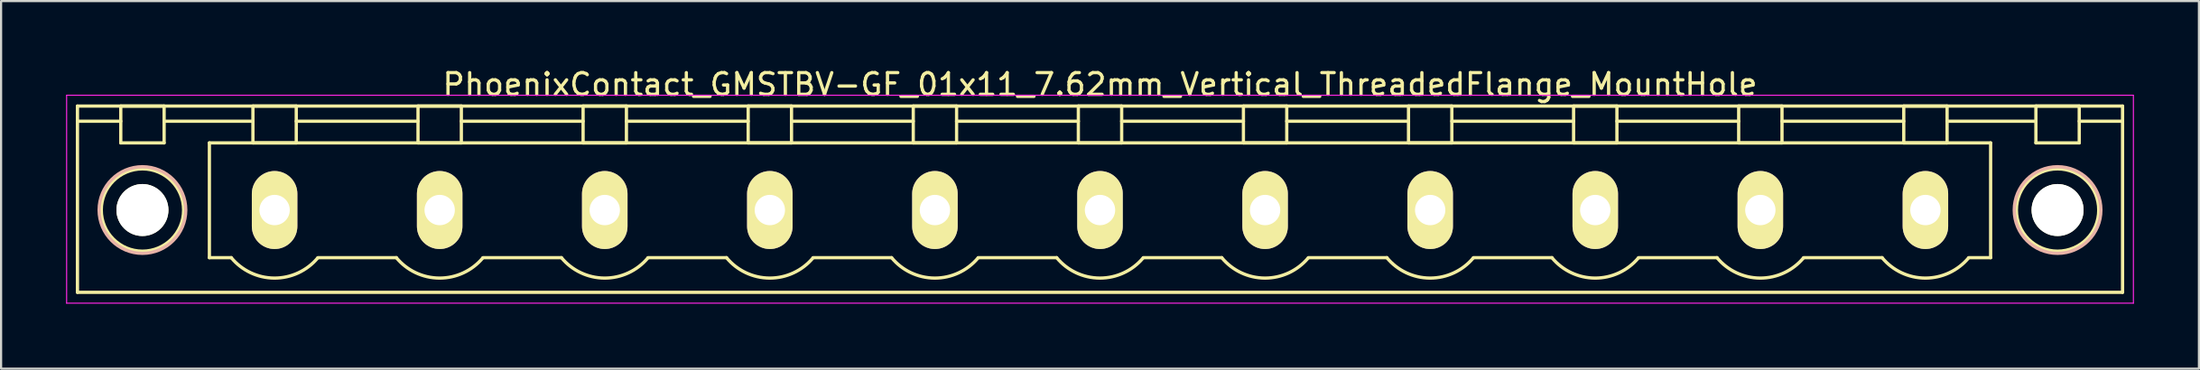
<source format=kicad_pcb>
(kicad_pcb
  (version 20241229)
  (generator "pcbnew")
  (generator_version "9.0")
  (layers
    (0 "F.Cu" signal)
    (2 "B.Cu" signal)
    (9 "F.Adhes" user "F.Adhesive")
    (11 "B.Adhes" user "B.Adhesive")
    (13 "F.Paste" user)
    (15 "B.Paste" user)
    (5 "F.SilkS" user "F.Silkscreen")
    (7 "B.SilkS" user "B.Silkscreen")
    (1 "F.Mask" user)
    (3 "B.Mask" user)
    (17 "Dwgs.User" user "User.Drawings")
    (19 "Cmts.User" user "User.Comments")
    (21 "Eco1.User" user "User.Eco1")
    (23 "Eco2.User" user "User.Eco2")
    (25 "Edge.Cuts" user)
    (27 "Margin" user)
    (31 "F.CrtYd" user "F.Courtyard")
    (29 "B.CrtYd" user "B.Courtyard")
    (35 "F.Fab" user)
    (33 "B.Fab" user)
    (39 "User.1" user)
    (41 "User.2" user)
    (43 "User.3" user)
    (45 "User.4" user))
  (footprint "PhoenixContact_GMSTBV-GF_01x11_7.62mm_Vertical_ThreadedFlange_MountHole"
    (layer "F.Cu")
    (at 9.625 6.648)
    (property "Reference" "PhoenixContact_GMSTBV-GF_01x11_7.62mm_Vertical_ThreadedFlange_MountHole" (at 38.1 -5.8 0) (layer "F.SilkS") (effects (font (size 1 1) (thickness 0.15))))
    (attr through_hole)
    (fp_line (start -9.1 -4.8) (end -9.1 3.8) (stroke (width 0.15) (type solid)) (layer "F.SilkS"))
    (fp_line (start -9.1 -4.1) (end -7.1 -4.1) (stroke (width 0.15) (type solid)) (layer "F.SilkS"))
    (fp_line (start -9.1 3.8) (end 85.3 3.8) (stroke (width 0.15) (type solid)) (layer "F.SilkS"))
    (fp_line (start -7.1 -4.8) (end -5.1 -4.8) (stroke (width 0.15) (type solid)) (layer "F.SilkS"))
    (fp_line (start -7.1 -3.1) (end -7.1 -4.8) (stroke (width 0.15) (type solid)) (layer "F.SilkS"))
    (fp_line (start -5.1 -4.8) (end -5.1 -3.1) (stroke (width 0.15) (type solid)) (layer "F.SilkS"))
    (fp_line (start -5.1 -4.1) (end -1 -4.1) (stroke (width 0.15) (type solid)) (layer "F.SilkS"))
    (fp_line (start -5.1 -3.1) (end -7.1 -3.1) (stroke (width 0.15) (type solid)) (layer "F.SilkS"))
    (fp_line (start -3.01 -3.1) (end 79.21 -3.1) (stroke (width 0.15) (type solid)) (layer "F.SilkS"))
    (fp_line (start -3.01 2.2) (end -3.01 -3.1) (stroke (width 0.15) (type solid)) (layer "F.SilkS"))
    (fp_line (start -2 2.2) (end -3.01 2.2) (stroke (width 0.15) (type solid)) (layer "F.SilkS"))
    (fp_line (start -1 -4.8) (end 1 -4.8) (stroke (width 0.15) (type solid)) (layer "F.SilkS"))
    (fp_line (start -1 -3.1) (end -1 -4.8) (stroke (width 0.15) (type solid)) (layer "F.SilkS"))
    (fp_line (start 1 -4.8) (end 1 -3.1) (stroke (width 0.15) (type solid)) (layer "F.SilkS"))
    (fp_line (start 1 -4.1) (end 6.62 -4.1) (stroke (width 0.15) (type solid)) (layer "F.SilkS"))
    (fp_line (start 1 -3.1) (end -1 -3.1) (stroke (width 0.15) (type solid)) (layer "F.SilkS"))
    (fp_line (start 2 2.2) (end 5.62 2.2) (stroke (width 0.15) (type solid)) (layer "F.SilkS"))
    (fp_line (start 6.62 -4.8) (end 8.62 -4.8) (stroke (width 0.15) (type solid)) (layer "F.SilkS"))
    (fp_line (start 6.62 -3.1) (end 6.62 -4.8) (stroke (width 0.15) (type solid)) (layer "F.SilkS"))
    (fp_line (start 8.62 -4.8) (end 8.62 -3.1) (stroke (width 0.15) (type solid)) (layer "F.SilkS"))
    (fp_line (start 8.62 -4.1) (end 14.24 -4.1) (stroke (width 0.15) (type solid)) (layer "F.SilkS"))
    (fp_line (start 8.62 -3.1) (end 6.62 -3.1) (stroke (width 0.15) (type solid)) (layer "F.SilkS"))
    (fp_line (start 9.62 2.2) (end 13.24 2.2) (stroke (width 0.15) (type solid)) (layer "F.SilkS"))
    (fp_line (start 14.24 -4.8) (end 16.24 -4.8) (stroke (width 0.15) (type solid)) (layer "F.SilkS"))
    (fp_line (start 14.24 -3.1) (end 14.24 -4.8) (stroke (width 0.15) (type solid)) (layer "F.SilkS"))
    (fp_line (start 16.24 -4.8) (end 16.24 -3.1) (stroke (width 0.15) (type solid)) (layer "F.SilkS"))
    (fp_line (start 16.24 -4.1) (end 21.86 -4.1) (stroke (width 0.15) (type solid)) (layer "F.SilkS"))
    (fp_line (start 16.24 -3.1) (end 14.24 -3.1) (stroke (width 0.15) (type solid)) (layer "F.SilkS"))
    (fp_line (start 17.24 2.2) (end 20.86 2.2) (stroke (width 0.15) (type solid)) (layer "F.SilkS"))
    (fp_line (start 21.86 -4.8) (end 23.86 -4.8) (stroke (width 0.15) (type solid)) (layer "F.SilkS"))
    (fp_line (start 21.86 -3.1) (end 21.86 -4.8) (stroke (width 0.15) (type solid)) (layer "F.SilkS"))
    (fp_line (start 23.86 -4.8) (end 23.86 -3.1) (stroke (width 0.15) (type solid)) (layer "F.SilkS"))
    (fp_line (start 23.86 -4.1) (end 29.48 -4.1) (stroke (width 0.15) (type solid)) (layer "F.SilkS"))
    (fp_line (start 23.86 -3.1) (end 21.86 -3.1) (stroke (width 0.15) (type solid)) (layer "F.SilkS"))
    (fp_line (start 24.86 2.2) (end 28.48 2.2) (stroke (width 0.15) (type solid)) (layer "F.SilkS"))
    (fp_line (start 29.48 -4.8) (end 31.48 -4.8) (stroke (width 0.15) (type solid)) (layer "F.SilkS"))
    (fp_line (start 29.48 -3.1) (end 29.48 -4.8) (stroke (width 0.15) (type solid)) (layer "F.SilkS"))
    (fp_line (start 31.48 -4.8) (end 31.48 -3.1) (stroke (width 0.15) (type solid)) (layer "F.SilkS"))
    (fp_line (start 31.48 -4.1) (end 37.1 -4.1) (stroke (width 0.15) (type solid)) (layer "F.SilkS"))
    (fp_line (start 31.48 -3.1) (end 29.48 -3.1) (stroke (width 0.15) (type solid)) (layer "F.SilkS"))
    (fp_line (start 32.48 2.2) (end 36.1 2.2) (stroke (width 0.15) (type solid)) (layer "F.SilkS"))
    (fp_line (start 37.1 -4.8) (end 39.1 -4.8) (stroke (width 0.15) (type solid)) (layer "F.SilkS"))
    (fp_line (start 37.1 -3.1) (end 37.1 -4.8) (stroke (width 0.15) (type solid)) (layer "F.SilkS"))
    (fp_line (start 39.1 -4.8) (end 39.1 -3.1) (stroke (width 0.15) (type solid)) (layer "F.SilkS"))
    (fp_line (start 39.1 -4.1) (end 44.72 -4.1) (stroke (width 0.15) (type solid)) (layer "F.SilkS"))
    (fp_line (start 39.1 -3.1) (end 37.1 -3.1) (stroke (width 0.15) (type solid)) (layer "F.SilkS"))
    (fp_line (start 40.1 2.2) (end 43.72 2.2) (stroke (width 0.15) (type solid)) (layer "F.SilkS"))
    (fp_line (start 44.72 -4.8) (end 46.72 -4.8) (stroke (width 0.15) (type solid)) (layer "F.SilkS"))
    (fp_line (start 44.72 -3.1) (end 44.72 -4.8) (stroke (width 0.15) (type solid)) (layer "F.SilkS"))
    (fp_line (start 46.72 -4.8) (end 46.72 -3.1) (stroke (width 0.15) (type solid)) (layer "F.SilkS"))
    (fp_line (start 46.72 -4.1) (end 52.34 -4.1) (stroke (width 0.15) (type solid)) (layer "F.SilkS"))
    (fp_line (start 46.72 -3.1) (end 44.72 -3.1) (stroke (width 0.15) (type solid)) (layer "F.SilkS"))
    (fp_line (start 47.72 2.2) (end 51.34 2.2) (stroke (width 0.15) (type solid)) (layer "F.SilkS"))
    (fp_line (start 52.34 -4.8) (end 54.34 -4.8) (stroke (width 0.15) (type solid)) (layer "F.SilkS"))
    (fp_line (start 52.34 -3.1) (end 52.34 -4.8) (stroke (width 0.15) (type solid)) (layer "F.SilkS"))
    (fp_line (start 54.34 -4.8) (end 54.34 -3.1) (stroke (width 0.15) (type solid)) (layer "F.SilkS"))
    (fp_line (start 54.34 -4.1) (end 59.96 -4.1) (stroke (width 0.15) (type solid)) (layer "F.SilkS"))
    (fp_line (start 54.34 -3.1) (end 52.34 -3.1) (stroke (width 0.15) (type solid)) (layer "F.SilkS"))
    (fp_line (start 55.34 2.2) (end 58.96 2.2) (stroke (width 0.15) (type solid)) (layer "F.SilkS"))
    (fp_line (start 59.96 -4.8) (end 61.96 -4.8) (stroke (width 0.15) (type solid)) (layer "F.SilkS"))
    (fp_line (start 59.96 -3.1) (end 59.96 -4.8) (stroke (width 0.15) (type solid)) (layer "F.SilkS"))
    (fp_line (start 61.96 -4.8) (end 61.96 -3.1) (stroke (width 0.15) (type solid)) (layer "F.SilkS"))
    (fp_line (start 61.96 -4.1) (end 67.58 -4.1) (stroke (width 0.15) (type solid)) (layer "F.SilkS"))
    (fp_line (start 61.96 -3.1) (end 59.96 -3.1) (stroke (width 0.15) (type solid)) (layer "F.SilkS"))
    (fp_line (start 62.96 2.2) (end 66.58 2.2) (stroke (width 0.15) (type solid)) (layer "F.SilkS"))
    (fp_line (start 67.58 -4.8) (end 69.58 -4.8) (stroke (width 0.15) (type solid)) (layer "F.SilkS"))
    (fp_line (start 67.58 -3.1) (end 67.58 -4.8) (stroke (width 0.15) (type solid)) (layer "F.SilkS"))
    (fp_line (start 69.58 -4.8) (end 69.58 -3.1) (stroke (width 0.15) (type solid)) (layer "F.SilkS"))
    (fp_line (start 69.58 -4.1) (end 75.2 -4.1) (stroke (width 0.15) (type solid)) (layer "F.SilkS"))
    (fp_line (start 69.58 -3.1) (end 67.58 -3.1) (stroke (width 0.15) (type solid)) (layer "F.SilkS"))
    (fp_line (start 70.58 2.2) (end 74.2 2.2) (stroke (width 0.15) (type solid)) (layer "F.SilkS"))
    (fp_line (start 75.2 -4.8) (end 77.2 -4.8) (stroke (width 0.15) (type solid)) (layer "F.SilkS"))
    (fp_line (start 75.2 -3.1) (end 75.2 -4.8) (stroke (width 0.15) (type solid)) (layer "F.SilkS"))
    (fp_line (start 77.2 -4.8) (end 77.2 -3.1) (stroke (width 0.15) (type solid)) (layer "F.SilkS"))
    (fp_line (start 77.2 -4.1) (end 81.3 -4.1) (stroke (width 0.15) (type solid)) (layer "F.SilkS"))
    (fp_line (start 77.2 -3.1) (end 75.2 -3.1) (stroke (width 0.15) (type solid)) (layer "F.SilkS"))
    (fp_line (start 79.21 -3.1) (end 79.21 2.2) (stroke (width 0.15) (type solid)) (layer "F.SilkS"))
    (fp_line (start 79.21 2.2) (end 78.2 2.2) (stroke (width 0.15) (type solid)) (layer "F.SilkS"))
    (fp_line (start 81.3 -4.8) (end 83.3 -4.8) (stroke (width 0.15) (type solid)) (layer "F.SilkS"))
    (fp_line (start 81.3 -3.1) (end 81.3 -4.8) (stroke (width 0.15) (type solid)) (layer "F.SilkS"))
    (fp_line (start 83.3 -4.8) (end 83.3 -3.1) (stroke (width 0.15) (type solid)) (layer "F.SilkS"))
    (fp_line (start 83.3 -3.1) (end 81.3 -3.1) (stroke (width 0.15) (type solid)) (layer "F.SilkS"))
    (fp_line (start 85.3 -4.8) (end -9.1 -4.8) (stroke (width 0.15) (type solid)) (layer "F.SilkS"))
    (fp_line (start 85.3 -4.1) (end 83.3 -4.1) (stroke (width 0.15) (type solid)) (layer "F.SilkS"))
    (fp_line (start 85.3 3.8) (end 85.3 -4.8) (stroke (width 0.15) (type solid)) (layer "F.SilkS"))
    (fp_arc (start 1.986842 2.215821) (mid -0.010289 3.142758) (end -2 2.2) (stroke (width 0.15) (type solid)) (layer "F.SilkS"))
    (fp_arc (start 9.606842 2.215821) (mid 7.609711 3.142758) (end 5.62 2.2) (stroke (width 0.15) (type solid)) (layer "F.SilkS"))
    (fp_arc (start 17.226842 2.215821) (mid 15.229711 3.142758) (end 13.24 2.2) (stroke (width 0.15) (type solid)) (layer "F.SilkS"))
    (fp_arc (start 24.846842 2.215821) (mid 22.849711 3.142758) (end 20.86 2.2) (stroke (width 0.15) (type solid)) (layer "F.SilkS"))
    (fp_arc (start 32.466842 2.215821) (mid 30.469711 3.142758) (end 28.48 2.2) (stroke (width 0.15) (type solid)) (layer "F.SilkS"))
    (fp_arc (start 40.086842 2.215821) (mid 38.089711 3.142758) (end 36.1 2.2) (stroke (width 0.15) (type solid)) (layer "F.SilkS"))
    (fp_arc (start 47.706842 2.215821) (mid 45.709711 3.142758) (end 43.72 2.2) (stroke (width 0.15) (type solid)) (layer "F.SilkS"))
    (fp_arc (start 55.326842 2.215821) (mid 53.329711 3.142758) (end 51.34 2.2) (stroke (width 0.15) (type solid)) (layer "F.SilkS"))
    (fp_arc (start 62.946842 2.215821) (mid 60.949711 3.142758) (end 58.96 2.2) (stroke (width 0.15) (type solid)) (layer "F.SilkS"))
    (fp_arc (start 70.566842 2.215821) (mid 68.569711 3.142758) (end 66.58 2.2) (stroke (width 0.15) (type solid)) (layer "F.SilkS"))
    (fp_arc (start 78.186842 2.215821) (mid 76.189711 3.142758) (end 74.2 2.2) (stroke (width 0.15) (type solid)) (layer "F.SilkS"))
    (fp_circle (center -6.1 0) (end -5.1 0) (stroke (width 0.15) (type solid)) (fill no) (layer "F.SilkS"))
    (fp_circle (center -6.1 0) (end -4.2 0) (stroke (width 0.15) (type solid)) (fill no) (layer "F.SilkS"))
    (fp_circle (center 82.3 0) (end 83.3 0) (stroke (width 0.15) (type solid)) (fill no) (layer "F.SilkS"))
    (fp_circle (center 82.3 0) (end 84.2 0) (stroke (width 0.15) (type solid)) (fill no) (layer "F.SilkS"))
    (fp_circle (center -6.1 0) (end -4.1 0) (stroke (width 0.15) (type solid)) (fill no) (layer "B.SilkS"))
    (fp_circle (center 82.3 0) (end 84.3 0) (stroke (width 0.15) (type solid)) (fill no) (layer "B.SilkS"))
    (fp_line (start -9.6 -5.3) (end -9.6 4.3) (stroke (width 0.05) (type solid)) (layer "F.CrtYd"))
    (fp_line (start -9.6 4.3) (end 85.8 4.3) (stroke (width 0.05) (type solid)) (layer "F.CrtYd"))
    (fp_line (start 85.8 -5.3) (end -9.6 -5.3) (stroke (width 0.05) (type solid)) (layer "F.CrtYd"))
    (fp_line (start 85.8 4.3) (end 85.8 -5.3) (stroke (width 0.05) (type solid)) (layer "F.CrtYd"))
    (pad "" np_thru_hole circle (at -6.1 0) (size 2.4 2.4) (drill 2.4) (layers "*.Cu" "*.Mask" "F.SilkS"))
    (pad "" np_thru_hole circle (at 82.3 0) (size 2.4 2.4) (drill 2.4) (layers "*.Cu" "*.Mask" "F.SilkS"))
    (pad "1" thru_hole oval (at 0 0) (size 2.1 3.6) (drill 1.4) (layers "*.Cu" "*.Mask" "F.SilkS"))
    (pad "2" thru_hole oval (at 7.62 0) (size 2.1 3.6) (drill 1.4) (layers "*.Cu" "*.Mask" "F.SilkS"))
    (pad "3" thru_hole oval (at 15.24 0) (size 2.1 3.6) (drill 1.4) (layers "*.Cu" "*.Mask" "F.SilkS"))
    (pad "4" thru_hole oval (at 22.86 0) (size 2.1 3.6) (drill 1.4) (layers "*.Cu" "*.Mask" "F.SilkS"))
    (pad "5" thru_hole oval (at 30.48 0) (size 2.1 3.6) (drill 1.4) (layers "*.Cu" "*.Mask" "F.SilkS"))
    (pad "6" thru_hole oval (at 38.1 0) (size 2.1 3.6) (drill 1.4) (layers "*.Cu" "*.Mask" "F.SilkS"))
    (pad "7" thru_hole oval (at 45.72 0) (size 2.1 3.6) (drill 1.4) (layers "*.Cu" "*.Mask" "F.SilkS"))
    (pad "8" thru_hole oval (at 53.34 0) (size 2.1 3.6) (drill 1.4) (layers "*.Cu" "*.Mask" "F.SilkS"))
    (pad "9" thru_hole oval (at 60.96 0) (size 2.1 3.6) (drill 1.4) (layers "*.Cu" "*.Mask" "F.SilkS"))
    (pad "10" thru_hole oval (at 68.58 0) (size 2.1 3.6) (drill 1.4) (layers "*.Cu" "*.Mask" "F.SilkS"))
    (pad "11" thru_hole oval (at 76.2 0) (size 2.1 3.6) (drill 1.4) (layers "*.Cu" "*.Mask" "F.SilkS")))
  (gr_rect
    (start -3 -3)
    (end 98.45 13.973)
    (stroke (width 0.1) (type default))
    (fill no)
    (layer "Edge.Cuts")))
</source>
